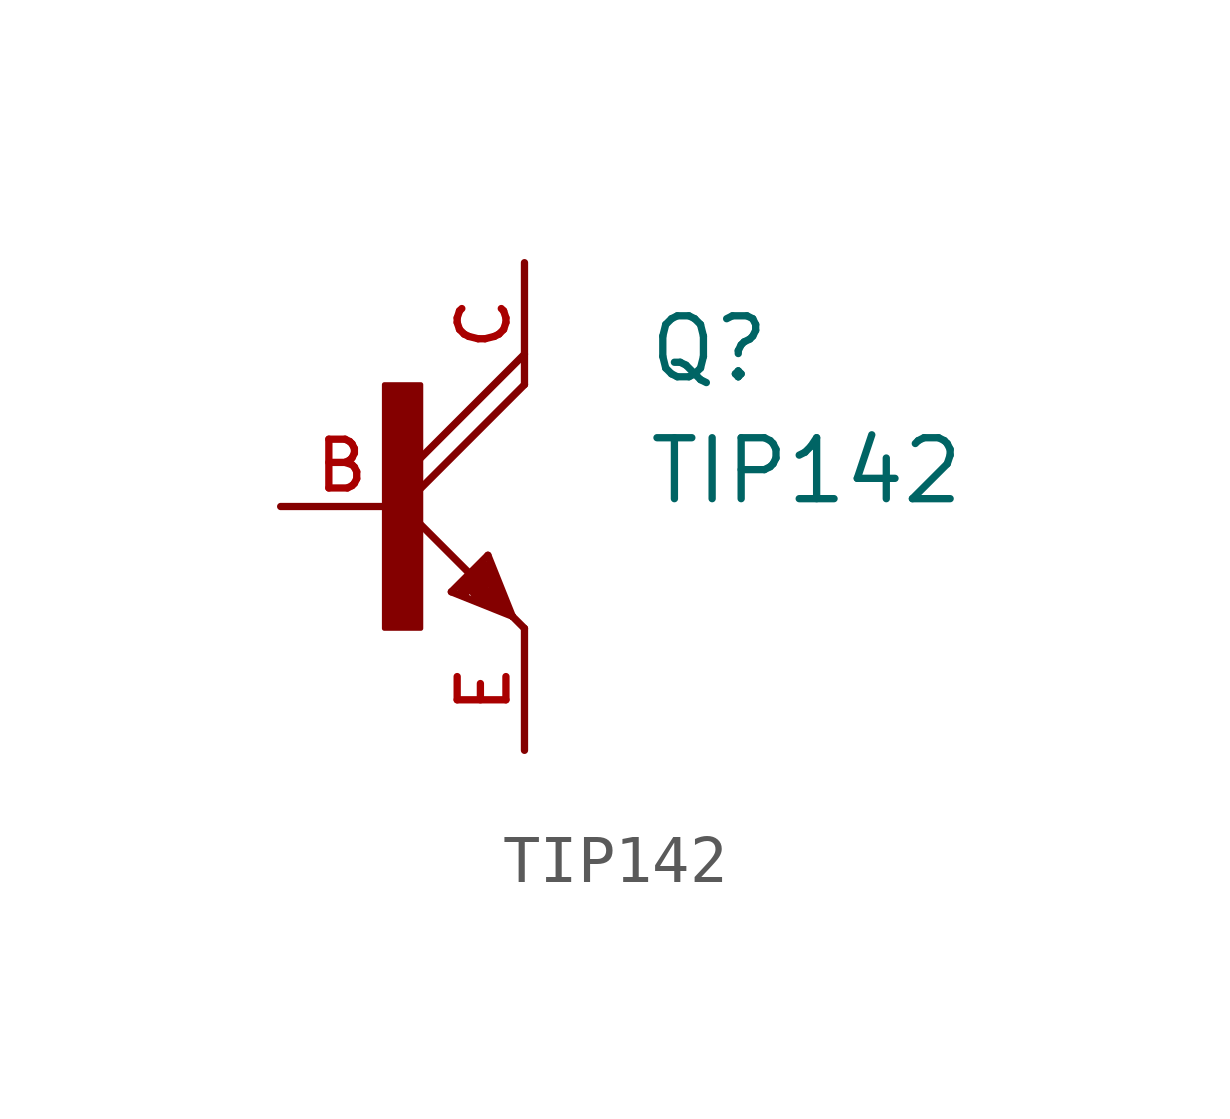
<source format=kicad_sym>
(kicad_symbol_lib
  (version 20211014)
  (generator kicad_symbol_editor)
  (symbol "TIP142"
    (pin_names
      (offset 1.016))
    (property "Reference" "Q"
      (at 5.08 2.54 0)
      (effects (font (size 1.27 1.27)) (justify bottom left)))
    (property "Value" "TIP142"
      (at 5.08 0.0 0)
      (effects (font (size 1.27 1.27)) (justify bottom left)))
    (symbol "TIP142_0_0"
      (polyline (pts (xy 2.54 2.54) (xy 0.0 0.0)) (stroke (width 0.152)))
      (polyline (pts (xy 0.0 0.0) (xy 2.032 -2.032)) (stroke (width 0.152)))
      (polyline (pts (xy 2.032 -2.032) (xy 2.286 -2.286)) (stroke (width 0.152)))
      (polyline (pts (xy 1.778 -1.016) (xy 2.286 -2.286)) (stroke (width 0.152)))
      (polyline (pts (xy 2.286 -2.286) (xy 2.54 -2.54)) (stroke (width 0.152)))
      (polyline (pts (xy 2.286 -2.286) (xy 1.016 -1.778)) (stroke (width 0.152)))
      (polyline (pts (xy 1.016 -1.778) (xy 1.778 -1.016)) (stroke (width 0.152)))
      (polyline (pts (xy 2.54 3.175) (xy 0.0 0.635)) (stroke (width 0.152)))
      (polyline (pts (xy 1.27 -1.778) (xy 1.778 -1.27)) (stroke (width 0.254)))
      (polyline (pts (xy 1.778 -1.27) (xy 2.032 -2.032)) (stroke (width 0.254)))
      (polyline (pts (xy 2.032 -2.032) (xy 1.524 -1.778)) (stroke (width 0.254)))
      (polyline (pts (xy 1.524 -1.778) (xy 1.778 -1.524)) (stroke (width 0.254)))
      (rectangle (start -0.381 -2.54) (end 0.381 2.54) (stroke (width 0.1)) (fill (type outline)))
      (pin passive line (at -2.54 0.0 0) (length 2.54) (name "~" (effects (font (size 1.016 1.016)))) (number "B" (effects (font (size 1.016 1.016)))))
      (pin passive line (at 2.54 -5.08 90.0) (length 2.54) (name "~" (effects (font (size 1.016 1.016)))) (number "E" (effects (font (size 1.016 1.016)))))
      (pin passive line (at 2.54 5.08 270.0) (length 2.54) (name "~" (effects (font (size 1.016 1.016)))) (number "C" (effects (font (size 1.016 1.016))))))))
</source>
